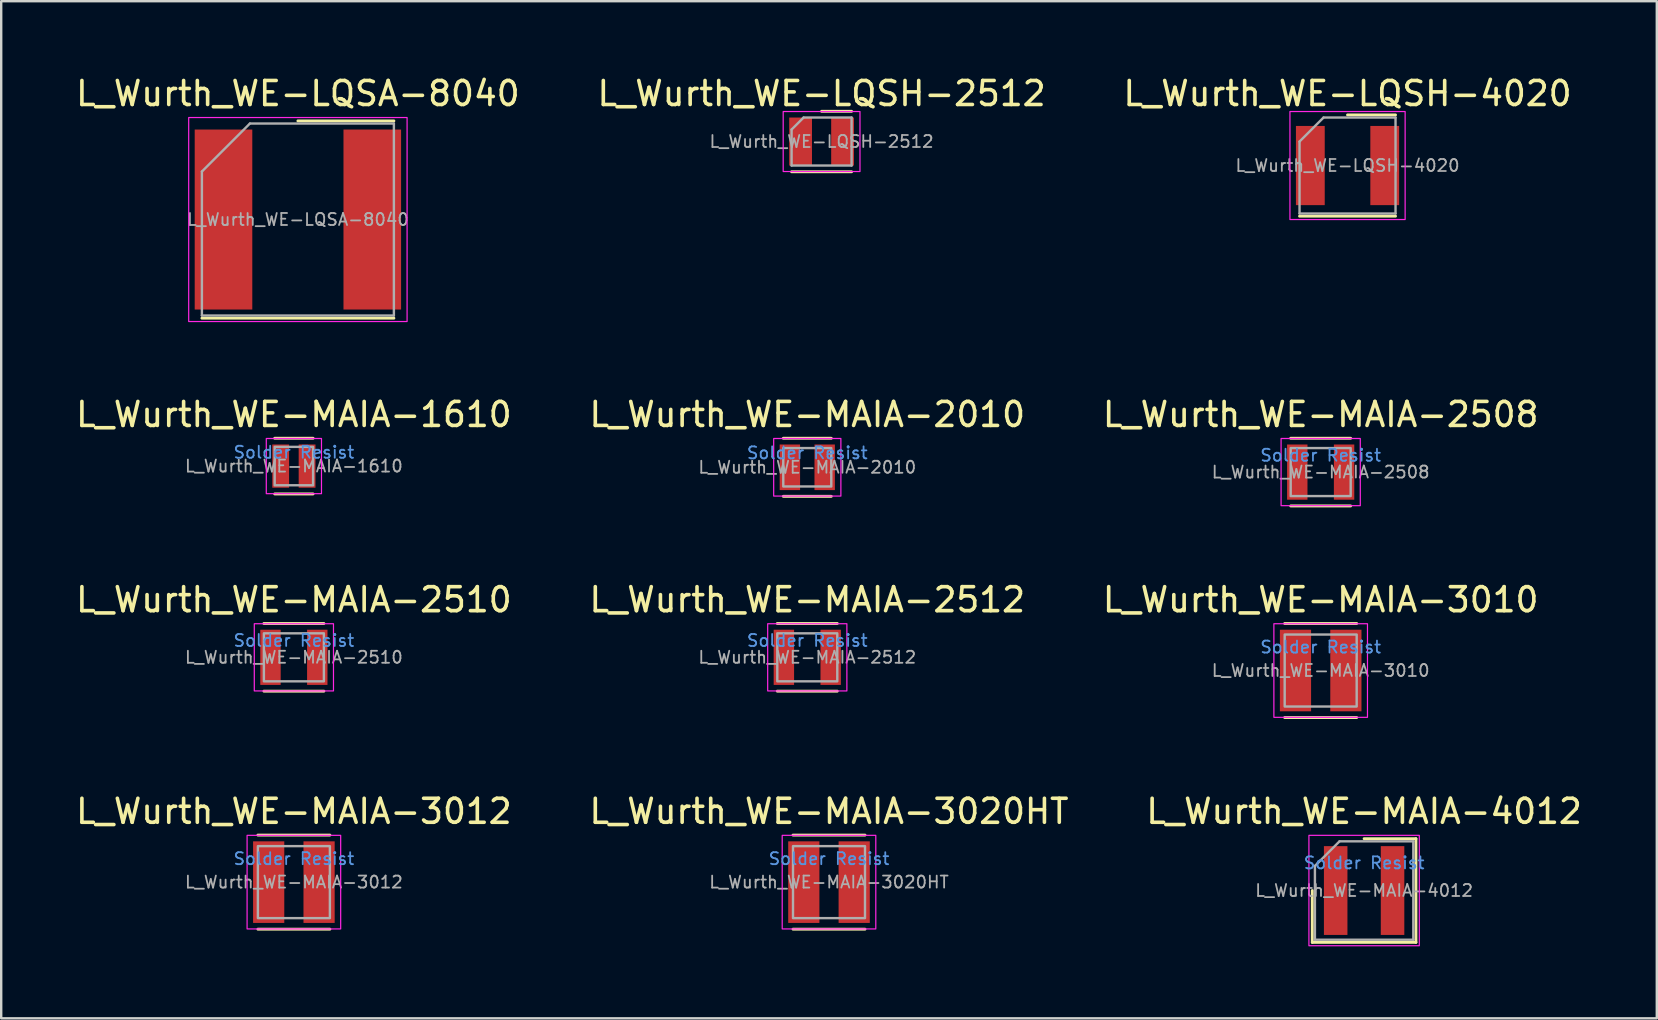
<source format=kicad_pcb>
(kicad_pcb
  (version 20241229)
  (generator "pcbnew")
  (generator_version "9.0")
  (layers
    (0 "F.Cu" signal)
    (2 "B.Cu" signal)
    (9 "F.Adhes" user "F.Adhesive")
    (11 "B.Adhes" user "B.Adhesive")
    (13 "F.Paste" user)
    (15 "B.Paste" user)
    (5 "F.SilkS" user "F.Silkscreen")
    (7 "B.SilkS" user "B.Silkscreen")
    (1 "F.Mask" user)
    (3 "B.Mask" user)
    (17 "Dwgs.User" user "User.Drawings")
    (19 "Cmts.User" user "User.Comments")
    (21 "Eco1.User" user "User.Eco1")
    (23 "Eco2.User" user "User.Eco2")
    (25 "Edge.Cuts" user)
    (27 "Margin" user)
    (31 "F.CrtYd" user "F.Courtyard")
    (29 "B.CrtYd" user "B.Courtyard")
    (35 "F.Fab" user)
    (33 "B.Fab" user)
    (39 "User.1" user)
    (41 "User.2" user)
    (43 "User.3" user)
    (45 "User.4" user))
  (footprint "L_Wurth_WE-LQSH-2512"
    (layer "F.Cu")
    (at 31.185 2.848)
    (property "Reference" "L_Wurth_WE-LQSH-2512" (at 0 -2 0) (unlocked yes) (layer "F.SilkS") (effects (font (size 1 1) (thickness 0.15))))
    (attr smd)
    (fp_line (start -1.25 1.26) (end 1.25 1.26) (stroke (width 0.12) (type solid)) (layer "F.SilkS"))
    (fp_line (start 0 -1.26) (end 1.25 -1.26) (stroke (width 0.12) (type solid)) (layer "F.SilkS"))
    (fp_rect (start -1.6 -1.25) (end 1.6 1.25) (stroke (width 0.05) (type solid)) (fill no) (layer "F.CrtYd"))
    (fp_line (start -1.25 -0.5) (end -1.25 1) (stroke (width 0.1) (type solid)) (layer "F.Fab"))
    (fp_line (start -1.25 1) (end 1.25 1) (stroke (width 0.1) (type solid)) (layer "F.Fab"))
    (fp_line (start -0.75 -1) (end -1.25 -0.5) (stroke (width 0.1) (type solid)) (layer "F.Fab"))
    (fp_line (start -0.75 -1) (end 1.25 -1) (stroke (width 0.1) (type solid)) (layer "F.Fab"))
    (fp_line (start 1.25 -1) (end 1.25 1) (stroke (width 0.1) (type solid)) (layer "F.Fab"))
    (fp_text user "${REFERENCE}" (at 0 0 0) (unlocked yes) (layer "F.Fab") (effects (font (size 0.5 0.5) (thickness 0.075))))
    (pad "1" smd rect (at -0.875 0) (size 0.95 2) (layers "F.Cu" "F.Mask" "F.Paste"))
    (pad "2" smd rect (at 0.875 0) (size 0.95 2) (layers "F.Cu" "F.Mask" "F.Paste")))
  (footprint "L_Wurth_WE-MAIA-2508"
    (layer "F.Cu")
    (at 51.982 16.622)
    (property "Reference" "L_Wurth_WE-MAIA-2508" (at 0 -2.4 0) (unlocked yes) (layer "F.SilkS") (effects (font (size 1 1) (thickness 0.15))))
    (attr smd)
    (fp_line (start -1.25 -1.41) (end 1.25 -1.41) (stroke (width 0.12) (type solid)) (layer "F.SilkS"))
    (fp_line (start -1.25 1.41) (end 1.25 1.41) (stroke (width 0.12) (type solid)) (layer "F.SilkS"))
    (fp_rect (start -1.65 -1.4) (end 1.65 1.4) (stroke (width 0.05) (type solid)) (fill no) (layer "F.CrtYd"))
    (fp_rect (start -1.25 -1) (end 1.25 1) (stroke (width 0.1) (type solid)) (fill no) (layer "F.Fab"))
    (fp_text user "Solder Resist" (at 0 -0.7 0) (unlocked yes) (layer "Cmts.User") (effects (font (size 0.5 0.5) (thickness 0.075))))
    (fp_text user "${REFERENCE}" (at 0 0 0) (unlocked yes) (layer "F.Fab") (effects (font (size 0.5 0.5) (thickness 0.075))))
    (pad "1" smd rect (at -0.975 0) (size 0.85 2.3) (layers "F.Cu" "F.Mask" "F.Paste"))
    (pad "2" smd rect (at 0.975 0) (size 0.85 2.3) (layers "F.Cu" "F.Mask" "F.Paste"))
    (zone (net_name "") (layers "F.Cu" "Dwgs.User") (name "Solder Resist") (hatch full 0.1) (connect_pads) (min_thickness 0.25) (filled_areas_thickness no) (keepout (tracks not_allowed) (vias not_allowed) (pads not_allowed) (copperpour not_allowed) (footprints not_allowed)) (placement (enabled no)) (fill) (polygon (pts (xy 51.432 18.021) (xy 52.532 18.021) (xy 52.532 15.222) (xy 51.432 15.222)))))
  (footprint "L_Wurth_WE-LQSA-8040"
    (layer "F.Cu")
    (at 9.363 6.098)
    (property "Reference" "L_Wurth_WE-LQSA-8040" (at 0 -5.25 0) (unlocked yes) (layer "F.SilkS") (effects (font (size 1 1) (thickness 0.15))))
    (attr smd)
    (fp_line (start -4 4.11) (end 4 4.11) (stroke (width 0.12) (type solid)) (layer "F.SilkS"))
    (fp_line (start 0 -4.11) (end 4 -4.11) (stroke (width 0.12) (type solid)) (layer "F.SilkS"))
    (fp_rect (start -4.55 -4.25) (end 4.55 4.25) (stroke (width 0.05) (type solid)) (fill no) (layer "F.CrtYd"))
    (fp_line (start -4 -2) (end -4 4) (stroke (width 0.1) (type solid)) (layer "F.Fab"))
    (fp_line (start -4 4) (end 4 4) (stroke (width 0.1) (type solid)) (layer "F.Fab"))
    (fp_line (start -2 -4) (end -4 -2) (stroke (width 0.1) (type solid)) (layer "F.Fab"))
    (fp_line (start 4 -4) (end -2 -4) (stroke (width 0.1) (type solid)) (layer "F.Fab"))
    (fp_line (start 4 4) (end 4 -4) (stroke (width 0.1) (type solid)) (layer "F.Fab"))
    (fp_text user "${REFERENCE}" (at 0 0 0) (unlocked yes) (layer "F.Fab") (effects (font (size 0.5 0.5) (thickness 0.075))))
    (pad "1" smd rect (at -3.1 0) (size 2.4 7.5) (layers "F.Cu" "F.Mask" "F.Paste"))
    (pad "2" smd rect (at 3.1 0) (size 2.4 7.5) (layers "F.Cu" "F.Mask" "F.Paste")))
  (footprint "L_Wurth_WE-MAIA-2010"
    (layer "F.Cu")
    (at 30.589 16.422)
    (property "Reference" "L_Wurth_WE-MAIA-2010" (at 0 -2.2 0) (unlocked yes) (layer "F.SilkS") (effects (font (size 1 1) (thickness 0.15))))
    (attr smd)
    (fp_line (start -1 -1.21) (end 1 -1.21) (stroke (width 0.12) (type solid)) (layer "F.SilkS"))
    (fp_line (start -1 1.21) (end 1 1.21) (stroke (width 0.12) (type solid)) (layer "F.SilkS"))
    (fp_rect (start -1.4 -1.2) (end 1.4 1.2) (stroke (width 0.05) (type solid)) (fill no) (layer "F.CrtYd"))
    (fp_rect (start -1 -0.8) (end 1 0.8) (stroke (width 0.1) (type solid)) (fill no) (layer "F.Fab"))
    (fp_text user "Solder Resist" (at 0 -0.6 0) (unlocked yes) (layer "Cmts.User") (effects (font (size 0.5 0.5) (thickness 0.075))))
    (fp_text user "${REFERENCE}" (at 0 0 0) (unlocked yes) (layer "F.Fab") (effects (font (size 0.5 0.5) (thickness 0.075))))
    (pad "1" smd rect (at -0.725 0) (size 0.85 1.9) (layers "F.Cu" "F.Mask" "F.Paste"))
    (pad "2" smd rect (at 0.725 0) (size 0.85 1.9) (layers "F.Cu" "F.Mask" "F.Paste"))
    (zone (net_name "") (layers "F.Cu" "Dwgs.User") (name "Solder Resist") (hatch full 0.1) (connect_pads) (min_thickness 0.25) (filled_areas_thickness no) (keepout (tracks not_allowed) (vias not_allowed) (pads not_allowed) (copperpour not_allowed) (footprints not_allowed)) (placement (enabled no)) (fill) (polygon (pts (xy 30.289 17.622) (xy 30.889 17.622) (xy 30.889 15.222) (xy 30.289 15.222)))))
  (footprint "L_Wurth_WE-MAIA-1610"
    (layer "F.Cu")
    (at 9.196 16.372)
    (property "Reference" "L_Wurth_WE-MAIA-1610" (at 0 -2.15 0) (unlocked yes) (layer "F.SilkS") (effects (font (size 1 1) (thickness 0.15))))
    (attr smd)
    (fp_line (start -0.8 -1.16) (end 0.8 -1.16) (stroke (width 0.12) (type solid)) (layer "F.SilkS"))
    (fp_line (start -0.8 1.16) (end 0.8 1.16) (stroke (width 0.12) (type solid)) (layer "F.SilkS"))
    (fp_rect (start -1.15 -1.15) (end 1.15 1.15) (stroke (width 0.05) (type solid)) (fill no) (layer "F.CrtYd"))
    (fp_rect (start -0.8 -0.8) (end 0.8 0.8) (stroke (width 0.1) (type solid)) (fill no) (layer "F.Fab"))
    (fp_text user "Solder Resist" (at 0 -0.575 0) (unlocked yes) (layer "Cmts.User") (effects (font (size 0.5 0.5) (thickness 0.075))))
    (fp_text user "${REFERENCE}" (at 0 0 0) (unlocked yes) (layer "F.Fab") (effects (font (size 0.5 0.5) (thickness 0.075))))
    (pad "1" smd rect (at -0.55 0) (size 0.7 1.8) (layers "F.Cu" "F.Mask" "F.Paste"))
    (pad "2" smd rect (at 0.55 0) (size 0.7 1.8) (layers "F.Cu" "F.Mask" "F.Paste"))
    (zone (net_name "") (layers "F.Cu" "Dwgs.User") (name "Solder Resist") (hatch full 0.1) (connect_pads) (min_thickness 0.25) (filled_areas_thickness no) (keepout (tracks not_allowed) (vias not_allowed) (pads not_allowed) (copperpour not_allowed) (footprints not_allowed)) (placement (enabled no)) (fill) (polygon (pts (xy 8.996 17.521) (xy 9.396 17.521) (xy 9.396 15.222) (xy 8.996 15.222)))))
  (footprint "L_Wurth_WE-MAIA-3012"
    (layer "F.Cu")
    (at 9.196 33.708)
    (property "Reference" "L_Wurth_WE-MAIA-3012" (at 0 -2.95 0) (unlocked yes) (layer "F.SilkS") (effects (font (size 1 1) (thickness 0.15))))
    (attr smd)
    (fp_line (start -1.5 -1.96) (end 1.5 -1.96) (stroke (width 0.12) (type solid)) (layer "F.SilkS"))
    (fp_line (start -1.5 1.96) (end 1.5 1.96) (stroke (width 0.12) (type solid)) (layer "F.SilkS"))
    (fp_rect (start -1.95 -1.95) (end 1.95 1.95) (stroke (width 0.05) (type solid)) (fill no) (layer "F.CrtYd"))
    (fp_rect (start -1.5 -1.5) (end 1.5 1.5) (stroke (width 0.1) (type solid)) (fill no) (layer "F.Fab"))
    (fp_text user "Solder Resist" (at 0 -0.975 0) (unlocked yes) (layer "Cmts.User") (effects (font (size 0.5 0.5) (thickness 0.075))))
    (fp_text user "${REFERENCE}" (at 0 0 0) (unlocked yes) (layer "F.Fab") (effects (font (size 0.5 0.5) (thickness 0.075))))
    (pad "1" smd rect (at -1.05 0) (size 1.3 3.4) (layers "F.Cu" "F.Mask" "F.Paste"))
    (pad "2" smd rect (at 1.05 0) (size 1.3 3.4) (layers "F.Cu" "F.Mask" "F.Paste"))
    (zone (net_name "") (layers "F.Cu" "Dwgs.User") (name "Solder Resist") (hatch full 0.1) (connect_pads) (min_thickness 0.25) (filled_areas_thickness no) (keepout (tracks not_allowed) (vias not_allowed) (pads not_allowed) (copperpour not_allowed) (footprints not_allowed)) (placement (enabled no)) (fill) (polygon (pts (xy 8.796 35.658) (xy 9.596 35.658) (xy 9.596 31.758) (xy 8.796 31.758)))))
  (footprint "L_Wurth_WE-LQSH-4020"
    (layer "F.Cu")
    (at 53.101 3.848)
    (property "Reference" "L_Wurth_WE-LQSH-4020" (at 0 -3 0) (unlocked yes) (layer "F.SilkS") (effects (font (size 1 1) (thickness 0.15))))
    (attr smd)
    (fp_line (start -2 2.11) (end 2 2.11) (stroke (width 0.12) (type solid)) (layer "F.SilkS"))
    (fp_line (start 0 -2.11) (end 2 -2.11) (stroke (width 0.12) (type solid)) (layer "F.SilkS"))
    (fp_rect (start -2.4 -2.25) (end 2.4 2.25) (stroke (width 0.05) (type solid)) (fill no) (layer "F.CrtYd"))
    (fp_line (start -2 -1) (end -2 2) (stroke (width 0.1) (type solid)) (layer "F.Fab"))
    (fp_line (start -2 2) (end 2 2) (stroke (width 0.1) (type solid)) (layer "F.Fab"))
    (fp_line (start -1 -2) (end -2 -1) (stroke (width 0.1) (type solid)) (layer "F.Fab"))
    (fp_line (start -1 -2) (end 2 -2) (stroke (width 0.1) (type solid)) (layer "F.Fab"))
    (fp_line (start 2 -2) (end 2 2) (stroke (width 0.1) (type solid)) (layer "F.Fab"))
    (fp_text user "${REFERENCE}" (at 0 0 0) (unlocked yes) (layer "F.Fab") (effects (font (size 0.5 0.5) (thickness 0.075))))
    (pad "1" smd rect (at -1.55 0) (size 1.2 3.3) (layers "F.Cu" "F.Mask" "F.Paste"))
    (pad "2" smd rect (at 1.55 0) (size 1.2 3.3) (layers "F.Cu" "F.Mask" "F.Paste")))
  (footprint "L_Wurth_WE-MAIA-3010"
    (layer "F.Cu")
    (at 51.982 24.89)
    (property "Reference" "L_Wurth_WE-MAIA-3010" (at 0 -2.95 0) (unlocked yes) (layer "F.SilkS") (effects (font (size 1 1) (thickness 0.15))))
    (attr smd)
    (fp_line (start -1.5 -1.96) (end 1.5 -1.96) (stroke (width 0.12) (type solid)) (layer "F.SilkS"))
    (fp_line (start -1.5 1.96) (end 1.5 1.96) (stroke (width 0.12) (type solid)) (layer "F.SilkS"))
    (fp_rect (start -1.95 -1.95) (end 1.95 1.95) (stroke (width 0.05) (type solid)) (fill no) (layer "F.CrtYd"))
    (fp_rect (start -1.5 -1.5) (end 1.5 1.5) (stroke (width 0.1) (type solid)) (fill no) (layer "F.Fab"))
    (fp_text user "Solder Resist" (at 0 -0.975 0) (unlocked yes) (layer "Cmts.User") (effects (font (size 0.5 0.5) (thickness 0.075))))
    (fp_text user "${REFERENCE}" (at 0 0 0) (unlocked yes) (layer "F.Fab") (effects (font (size 0.5 0.5) (thickness 0.075))))
    (pad "1" smd rect (at -1.05 0) (size 1.3 3.4) (layers "F.Cu" "F.Mask" "F.Paste"))
    (pad "2" smd rect (at 1.05 0) (size 1.3 3.4) (layers "F.Cu" "F.Mask" "F.Paste"))
    (zone (net_name "") (layers "F.Cu" "Dwgs.User") (name "Solder Resist") (hatch full 0.1) (connect_pads) (min_thickness 0.25) (filled_areas_thickness no) (keepout (tracks not_allowed) (vias not_allowed) (pads not_allowed) (copperpour not_allowed) (footprints not_allowed)) (placement (enabled no)) (fill) (polygon (pts (xy 51.582 26.84) (xy 52.382 26.84) (xy 52.382 22.94) (xy 51.582 22.94)))))
  (footprint "L_Wurth_WE-MAIA-3020HT"
    (layer "F.Cu")
    (at 31.494 33.708)
    (property "Reference" "L_Wurth_WE-MAIA-3020HT" (at 0 -2.95 0) (unlocked yes) (layer "F.SilkS") (effects (font (size 1 1) (thickness 0.15))))
    (attr smd)
    (fp_line (start -1.5 -1.96) (end 1.5 -1.96) (stroke (width 0.12) (type solid)) (layer "F.SilkS"))
    (fp_line (start -1.5 1.96) (end 1.5 1.96) (stroke (width 0.12) (type solid)) (layer "F.SilkS"))
    (fp_rect (start -1.95 -1.95) (end 1.95 1.95) (stroke (width 0.05) (type solid)) (fill no) (layer "F.CrtYd"))
    (fp_rect (start -1.5 -1.5) (end 1.5 1.5) (stroke (width 0.1) (type solid)) (fill no) (layer "F.Fab"))
    (fp_text user "Solder Resist" (at 0 -0.975 0) (unlocked yes) (layer "Cmts.User") (effects (font (size 0.5 0.5) (thickness 0.075))))
    (fp_text user "${REFERENCE}" (at 0 0 0) (unlocked yes) (layer "F.Fab") (effects (font (size 0.5 0.5) (thickness 0.075))))
    (pad "1" smd rect (at -1.05 0) (size 1.3 3.4) (layers "F.Cu" "F.Mask" "F.Paste"))
    (pad "2" smd rect (at 1.05 0) (size 1.3 3.4) (layers "F.Cu" "F.Mask" "F.Paste"))
    (zone (net_name "") (layers "F.Cu" "Dwgs.User") (name "Solder Resist") (hatch full 0.1) (connect_pads) (min_thickness 0.25) (filled_areas_thickness no) (keepout (tracks not_allowed) (vias not_allowed) (pads not_allowed) (copperpour not_allowed) (footprints not_allowed)) (placement (enabled no)) (fill) (polygon (pts (xy 31.094 35.658) (xy 31.894 35.658) (xy 31.894 31.758) (xy 31.094 31.758)))))
  (footprint "L_Wurth_WE-MAIA-2512"
    (layer "F.Cu")
    (at 30.589 24.34)
    (property "Reference" "L_Wurth_WE-MAIA-2512" (at 0 -2.4 0) (unlocked yes) (layer "F.SilkS") (effects (font (size 1 1) (thickness 0.15))))
    (attr smd)
    (fp_line (start -1.25 -1.41) (end 1.25 -1.41) (stroke (width 0.12) (type solid)) (layer "F.SilkS"))
    (fp_line (start -1.25 1.41) (end 1.25 1.41) (stroke (width 0.12) (type solid)) (layer "F.SilkS"))
    (fp_rect (start -1.65 -1.4) (end 1.65 1.4) (stroke (width 0.05) (type solid)) (fill no) (layer "F.CrtYd"))
    (fp_rect (start -1.25 -1) (end 1.25 1) (stroke (width 0.1) (type solid)) (fill no) (layer "F.Fab"))
    (fp_text user "Solder Resist" (at 0 -0.7 0) (unlocked yes) (layer "Cmts.User") (effects (font (size 0.5 0.5) (thickness 0.075))))
    (fp_text user "${REFERENCE}" (at 0 0 0) (unlocked yes) (layer "F.Fab") (effects (font (size 0.5 0.5) (thickness 0.075))))
    (pad "1" smd rect (at -0.975 0) (size 0.85 2.3) (layers "F.Cu" "F.Mask" "F.Paste"))
    (pad "2" smd rect (at 0.975 0) (size 0.85 2.3) (layers "F.Cu" "F.Mask" "F.Paste"))
    (zone (net_name "") (layers "F.Cu" "Dwgs.User") (name "Solder Resist") (hatch full 0.1) (connect_pads) (min_thickness 0.25) (filled_areas_thickness no) (keepout (tracks not_allowed) (vias not_allowed) (pads not_allowed) (copperpour not_allowed) (footprints not_allowed)) (placement (enabled no)) (fill) (polygon (pts (xy 30.039 25.74) (xy 31.139 25.74) (xy 31.139 22.94) (xy 30.039 22.94)))))
  (footprint "L_Wurth_WE-MAIA-4012"
    (layer "F.Cu")
    (at 53.792 34.058)
    (property "Reference" "L_Wurth_WE-MAIA-4012" (at 0 -3.3 0) (unlocked yes) (layer "F.SilkS") (effects (font (size 1 1) (thickness 0.15))))
    (attr smd)
    (fp_line (start -2.16 2.16) (end -2.16 0) (stroke (width 0.12) (type solid)) (layer "F.SilkS"))
    (fp_line (start -2.16 2.16) (end 2.16 2.16) (stroke (width 0.12) (type solid)) (layer "F.SilkS"))
    (fp_line (start 0 -2.16) (end 2.16 -2.16) (stroke (width 0.12) (type solid)) (layer "F.SilkS"))
    (fp_line (start 2.16 -2.16) (end 2.16 2.16) (stroke (width 0.12) (type solid)) (layer "F.SilkS"))
    (fp_rect (start -2.3 -2.3) (end 2.3 2.3) (stroke (width 0.05) (type solid)) (fill no) (layer "F.CrtYd"))
    (fp_line (start -2.05 -1.025) (end -2.05 2.05) (stroke (width 0.1) (type solid)) (layer "F.Fab"))
    (fp_line (start -2.05 2.05) (end 2.05 2.05) (stroke (width 0.1) (type solid)) (layer "F.Fab"))
    (fp_line (start -1.025 -2.05) (end -2.05 -1.025) (stroke (width 0.1) (type solid)) (layer "F.Fab"))
    (fp_line (start 2.05 -2.05) (end -1.025 -2.05) (stroke (width 0.1) (type solid)) (layer "F.Fab"))
    (fp_line (start 2.05 2.05) (end 2.05 -2.05) (stroke (width 0.1) (type solid)) (layer "F.Fab"))
    (fp_text user "Solder Resist" (at 0 -1.15 0) (unlocked yes) (layer "Cmts.User") (effects (font (size 0.5 0.5) (thickness 0.075))))
    (fp_text user "${REFERENCE}" (at 0 0 0) (unlocked yes) (layer "F.Fab") (effects (font (size 0.5 0.5) (thickness 0.075))))
    (pad "1" smd rect (at -1.185 0) (size 0.98 3.7) (layers "F.Cu" "F.Mask" "F.Paste"))
    (pad "2" smd rect (at 1.185 0) (size 0.98 3.7) (layers "F.Cu" "F.Mask" "F.Paste"))
    (zone (net_name "") (layers "F.Cu" "Dwgs.User") (name "Solder Resist") (hatch full 0.1) (connect_pads) (min_thickness 0.25) (filled_areas_thickness no) (keepout (tracks not_allowed) (vias not_allowed) (pads not_allowed) (copperpour not_allowed) (footprints not_allowed)) (placement (enabled no)) (fill) (polygon (pts (xy 53.097 36.358) (xy 54.487 36.358) (xy 54.487 31.758) (xy 53.097 31.758)))))
  (footprint "L_Wurth_WE-MAIA-2510"
    (layer "F.Cu")
    (at 9.196 24.34)
    (property "Reference" "L_Wurth_WE-MAIA-2510" (at 0 -2.4 0) (unlocked yes) (layer "F.SilkS") (effects (font (size 1 1) (thickness 0.15))))
    (attr smd)
    (fp_line (start -1.25 -1.41) (end 1.25 -1.41) (stroke (width 0.12) (type solid)) (layer "F.SilkS"))
    (fp_line (start -1.25 1.41) (end 1.25 1.41) (stroke (width 0.12) (type solid)) (layer "F.SilkS"))
    (fp_rect (start -1.65 -1.4) (end 1.65 1.4) (stroke (width 0.05) (type solid)) (fill no) (layer "F.CrtYd"))
    (fp_rect (start -1.25 -1) (end 1.25 1) (stroke (width 0.1) (type solid)) (fill no) (layer "F.Fab"))
    (fp_text user "Solder Resist" (at 0 -0.7 0) (unlocked yes) (layer "Cmts.User") (effects (font (size 0.5 0.5) (thickness 0.075))))
    (fp_text user "${REFERENCE}" (at 0 0 0) (unlocked yes) (layer "F.Fab") (effects (font (size 0.5 0.5) (thickness 0.075))))
    (pad "1" smd rect (at -0.975 0) (size 0.85 2.3) (layers "F.Cu" "F.Mask" "F.Paste"))
    (pad "2" smd rect (at 0.975 0) (size 0.85 2.3) (layers "F.Cu" "F.Mask" "F.Paste"))
    (zone (net_name "") (layers "F.Cu" "Dwgs.User") (name "Solder Resist") (hatch full 0.1) (connect_pads) (min_thickness 0.25) (filled_areas_thickness no) (keepout (tracks not_allowed) (vias not_allowed) (pads not_allowed) (copperpour not_allowed) (footprints not_allowed)) (placement (enabled no)) (fill) (polygon (pts (xy 8.646 25.74) (xy 9.746 25.74) (xy 9.746 22.94) (xy 8.646 22.94)))))
  (gr_rect
    (start -3 -3)
    (end 65.988 39.383)
    (stroke (width 0.1) (type default))
    (fill no)
    (layer "Edge.Cuts")))
</source>
